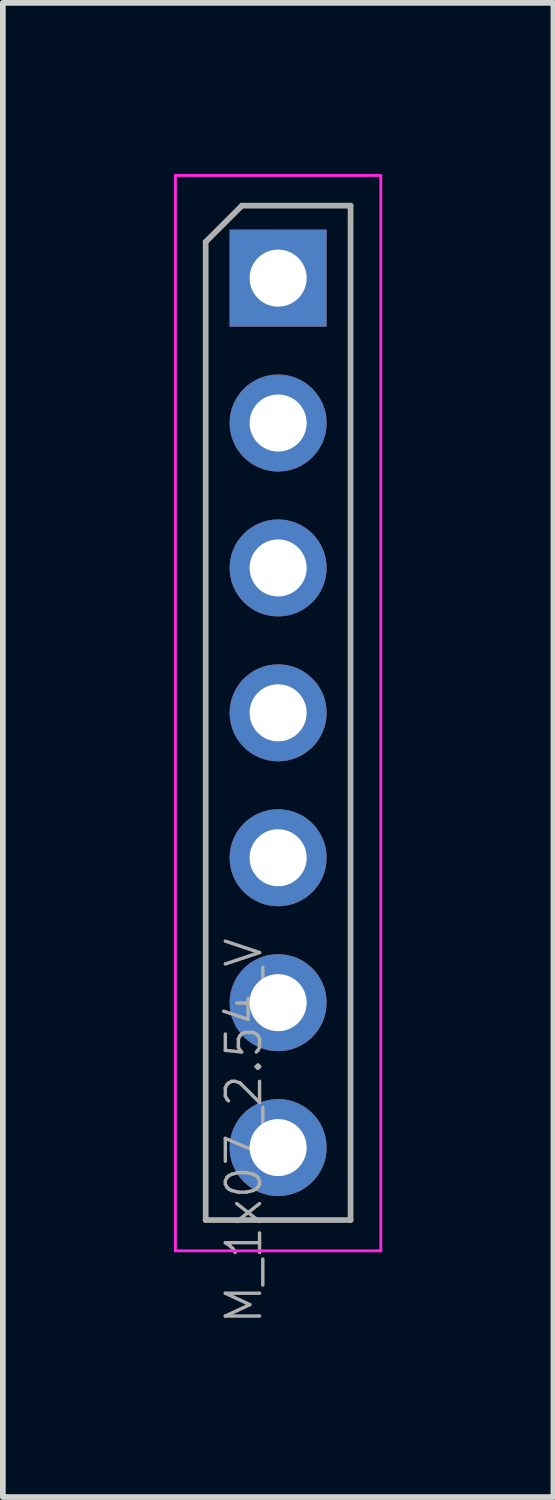
<source format=kicad_pcb>
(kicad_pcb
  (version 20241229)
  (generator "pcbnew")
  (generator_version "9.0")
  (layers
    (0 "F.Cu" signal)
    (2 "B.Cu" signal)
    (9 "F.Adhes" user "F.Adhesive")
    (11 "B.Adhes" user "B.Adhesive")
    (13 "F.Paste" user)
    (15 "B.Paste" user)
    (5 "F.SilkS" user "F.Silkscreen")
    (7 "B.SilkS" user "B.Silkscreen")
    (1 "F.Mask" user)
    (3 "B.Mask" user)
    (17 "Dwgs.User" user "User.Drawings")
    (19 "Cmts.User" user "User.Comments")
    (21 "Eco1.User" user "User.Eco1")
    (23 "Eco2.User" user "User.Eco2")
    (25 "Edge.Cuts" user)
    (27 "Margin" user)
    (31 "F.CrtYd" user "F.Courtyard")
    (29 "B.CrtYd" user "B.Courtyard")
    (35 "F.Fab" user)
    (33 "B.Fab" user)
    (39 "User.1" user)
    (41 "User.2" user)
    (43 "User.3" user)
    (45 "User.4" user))
  (footprint "M_1x07_2.54_V"
    (layer "F.Cu")
    (at 1.825 1.825)
    (property "Reference" "M_1x07_2.54_V" (at -0.6 14.95 90) (unlocked yes) (layer "F.Fab") (effects (font (size 0.6 0.6) (thickness 0.06))))
    (attr through_hole)
    (fp_line (start -1.8 -1.8) (end -1.8 17.05) (stroke (width 0.05) (type solid)) (layer "F.CrtYd"))
    (fp_line (start -1.8 17.05) (end 1.8 17.05) (stroke (width 0.05) (type solid)) (layer "F.CrtYd"))
    (fp_line (start 1.8 -1.8) (end -1.8 -1.8) (stroke (width 0.05) (type solid)) (layer "F.CrtYd"))
    (fp_line (start 1.8 17.05) (end 1.8 -1.8) (stroke (width 0.05) (type solid)) (layer "F.CrtYd"))
    (fp_line (start -1.27 -0.635) (end -0.635 -1.27) (stroke (width 0.1) (type solid)) (layer "F.Fab"))
    (fp_line (start -1.27 16.51) (end -1.27 -0.635) (stroke (width 0.1) (type solid)) (layer "F.Fab"))
    (fp_line (start -0.635 -1.27) (end 1.27 -1.27) (stroke (width 0.1) (type solid)) (layer "F.Fab"))
    (fp_line (start 1.27 -1.27) (end 1.27 16.51) (stroke (width 0.1) (type solid)) (layer "F.Fab"))
    (fp_line (start 1.27 16.51) (end -1.27 16.51) (stroke (width 0.1) (type solid)) (layer "F.Fab"))
    (pad "1" thru_hole rect (at 0 0) (size 1.7 1.7) (drill 1) (layers "*.Cu" "*.Mask"))
    (pad "2" thru_hole oval (at 0 2.54) (size 1.7 1.7) (drill 1) (layers "*.Cu" "*.Mask"))
    (pad "3" thru_hole oval (at 0 5.08) (size 1.7 1.7) (drill 1) (layers "*.Cu" "*.Mask"))
    (pad "4" thru_hole oval (at 0 7.62) (size 1.7 1.7) (drill 1) (layers "*.Cu" "*.Mask"))
    (pad "5" thru_hole oval (at 0 10.16) (size 1.7 1.7) (drill 1) (layers "*.Cu" "*.Mask"))
    (pad "6" thru_hole oval (at 0 12.7) (size 1.7 1.7) (drill 1) (layers "*.Cu" "*.Mask"))
    (pad "7" thru_hole oval (at 0 15.24) (size 1.7 1.7) (drill 1) (layers "*.Cu" "*.Mask")))
  (gr_rect
    (start -3 -3)
    (end 6.65 23.191)
    (stroke (width 0.1) (type default))
    (fill no)
    (layer "Edge.Cuts")))
</source>
